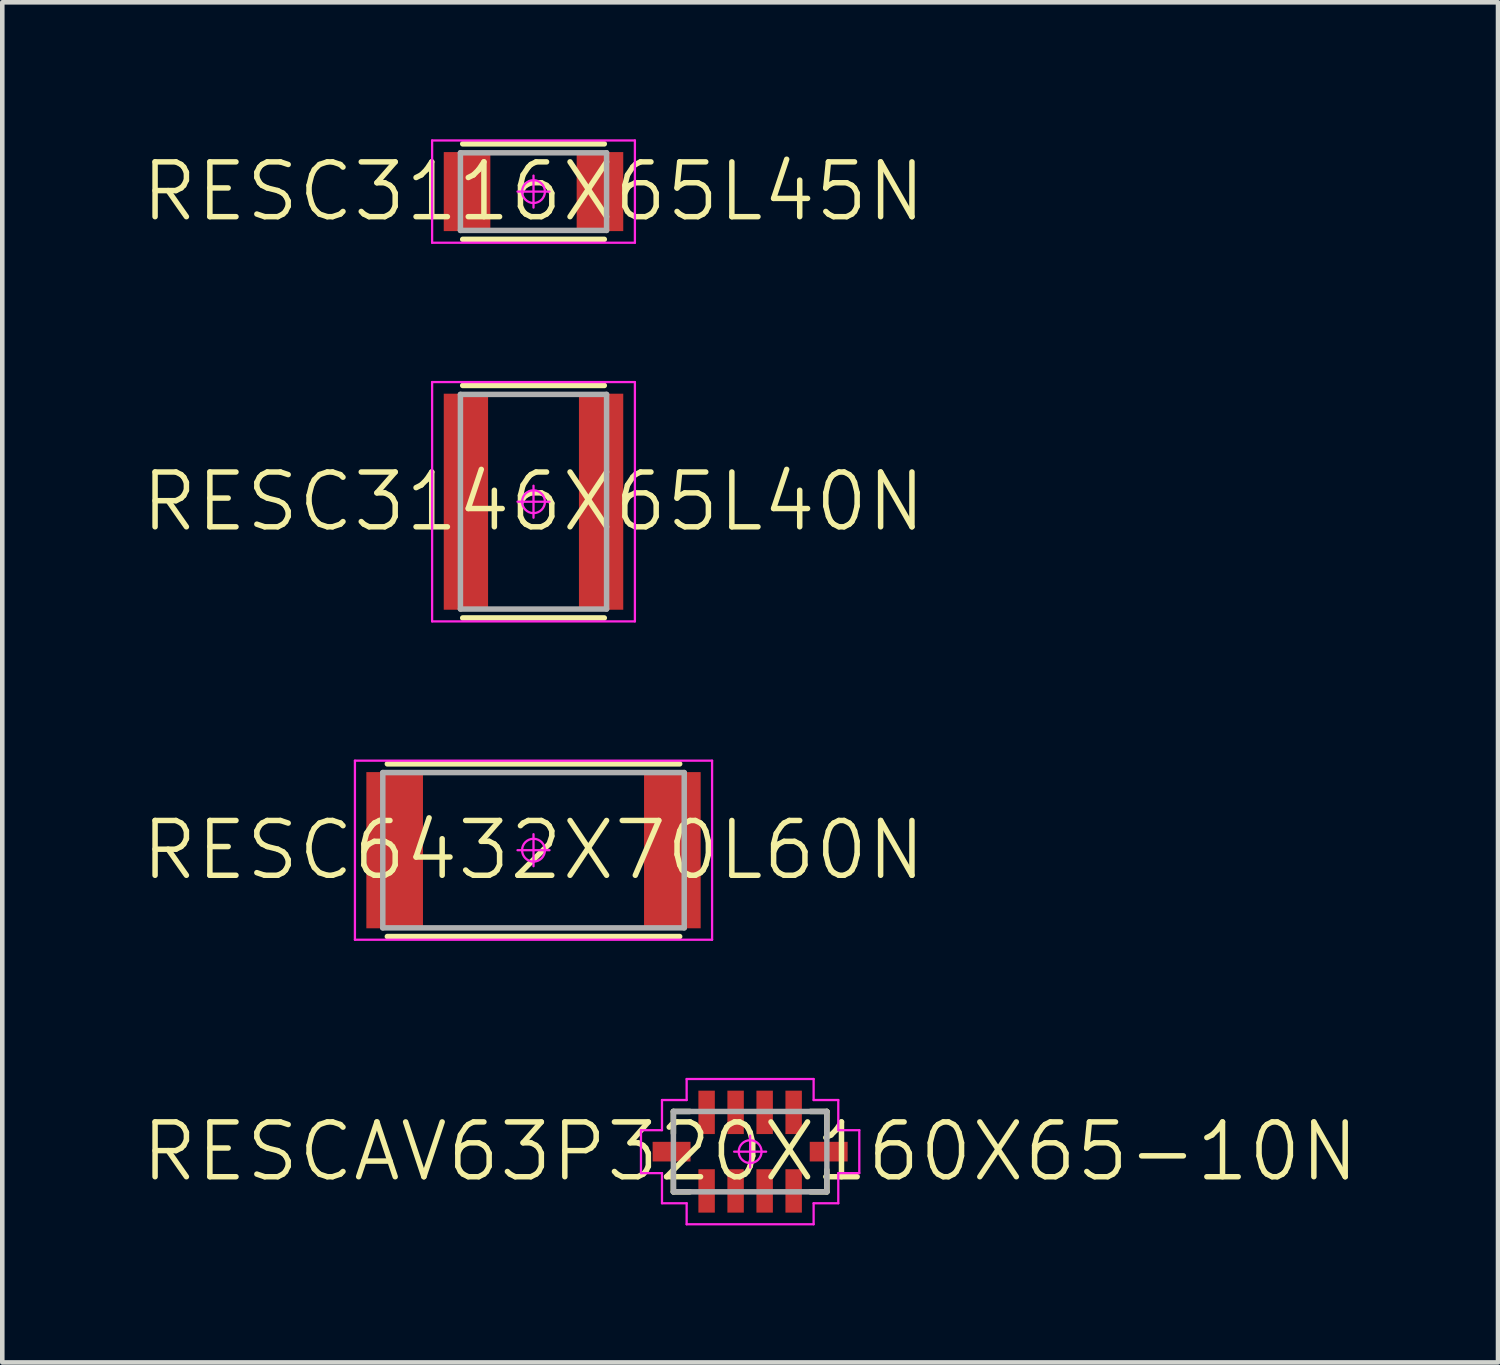
<source format=kicad_pcb>
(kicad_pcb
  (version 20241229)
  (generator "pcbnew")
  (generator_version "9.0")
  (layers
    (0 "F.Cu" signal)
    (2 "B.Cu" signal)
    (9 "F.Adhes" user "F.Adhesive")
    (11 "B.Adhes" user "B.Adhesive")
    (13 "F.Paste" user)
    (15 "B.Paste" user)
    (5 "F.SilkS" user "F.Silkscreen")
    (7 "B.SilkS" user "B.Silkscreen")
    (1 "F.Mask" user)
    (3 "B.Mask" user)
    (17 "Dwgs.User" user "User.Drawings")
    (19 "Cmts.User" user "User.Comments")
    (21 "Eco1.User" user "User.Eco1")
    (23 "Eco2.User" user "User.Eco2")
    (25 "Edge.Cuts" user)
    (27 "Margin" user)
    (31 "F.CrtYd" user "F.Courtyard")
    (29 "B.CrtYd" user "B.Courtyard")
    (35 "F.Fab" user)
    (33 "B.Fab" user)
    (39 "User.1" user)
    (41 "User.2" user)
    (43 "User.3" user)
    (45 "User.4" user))
  (footprint "RESC3116X65L45N"
    (layer "F.Cu")
    (at 8.631 1.145)
    (property "Reference" "RESC3116X65L45N" (at 0 0 0) (layer "F.SilkS") (effects (font (size 1.2 1.2) (thickness 0.12))))
    (attr smd)
    (fp_line (start 1.55 -1.045) (end -1.55 -1.045) (stroke (width 0.12) (type solid)) (layer "F.SilkS"))
    (fp_line (start 1.55 1.045) (end -1.55 1.045) (stroke (width 0.12) (type solid)) (layer "F.SilkS"))
    (fp_line (start -2.22 -1.12) (end 2.22 -1.12) (stroke (width 0.05) (type solid)) (layer "F.CrtYd"))
    (fp_line (start -2.22 1.12) (end -2.22 -1.12) (stroke (width 0.05) (type solid)) (layer "F.CrtYd"))
    (fp_line (start 0 -0.35) (end 0 0.35) (stroke (width 0.05) (type solid)) (layer "F.CrtYd"))
    (fp_line (start 0.35 0) (end -0.35 0) (stroke (width 0.05) (type solid)) (layer "F.CrtYd"))
    (fp_line (start 2.22 -1.12) (end 2.22 1.12) (stroke (width 0.05) (type solid)) (layer "F.CrtYd"))
    (fp_line (start 2.22 1.12) (end -2.22 1.12) (stroke (width 0.05) (type solid)) (layer "F.CrtYd"))
    (fp_circle (center 0 0) (end 0 0.25) (stroke (width 0.05) (type solid)) (fill no) (layer "F.CrtYd"))
    (fp_line (start -1.6 -0.85) (end 1.6 -0.85) (stroke (width 0.12) (type solid)) (layer "F.Fab"))
    (fp_line (start -1.6 0.85) (end -1.6 -0.85) (stroke (width 0.12) (type solid)) (layer "F.Fab"))
    (fp_line (start 1.6 -0.85) (end 1.6 0.85) (stroke (width 0.12) (type solid)) (layer "F.Fab"))
    (fp_line (start 1.6 0.85) (end -1.6 0.85) (stroke (width 0.12) (type solid)) (layer "F.Fab"))
    (pad "1" smd rect (at -1.455 0) (size 1.02 1.73) (layers "F.Cu" "F.Mask" "F.Paste"))
    (pad "2" smd rect (at 1.455 0) (size 1.02 1.73) (layers "F.Cu" "F.Mask" "F.Paste")))
  (footprint "RESC3146X65L40N"
    (layer "F.Cu")
    (at 8.631 7.935)
    (property "Reference" "RESC3146X65L40N" (at 0 0 0) (layer "F.SilkS") (effects (font (size 1.2 1.2) (thickness 0.12))))
    (attr smd)
    (fp_line (start 1.55 -2.545) (end -1.55 -2.545) (stroke (width 0.12) (type solid)) (layer "F.SilkS"))
    (fp_line (start 1.55 2.545) (end -1.55 2.545) (stroke (width 0.12) (type solid)) (layer "F.SilkS"))
    (fp_line (start -2.22 -2.62) (end 2.22 -2.62) (stroke (width 0.05) (type solid)) (layer "F.CrtYd"))
    (fp_line (start -2.22 2.62) (end -2.22 -2.62) (stroke (width 0.05) (type solid)) (layer "F.CrtYd"))
    (fp_line (start 0 -0.35) (end 0 0.35) (stroke (width 0.05) (type solid)) (layer "F.CrtYd"))
    (fp_line (start 0.35 0) (end -0.35 0) (stroke (width 0.05) (type solid)) (layer "F.CrtYd"))
    (fp_line (start 2.22 -2.62) (end 2.22 2.62) (stroke (width 0.05) (type solid)) (layer "F.CrtYd"))
    (fp_line (start 2.22 2.62) (end -2.22 2.62) (stroke (width 0.05) (type solid)) (layer "F.CrtYd"))
    (fp_circle (center 0 0) (end 0 0.25) (stroke (width 0.05) (type solid)) (fill no) (layer "F.CrtYd"))
    (fp_line (start -1.6 -2.35) (end 1.6 -2.35) (stroke (width 0.12) (type solid)) (layer "F.Fab"))
    (fp_line (start -1.6 2.35) (end -1.6 -2.35) (stroke (width 0.12) (type solid)) (layer "F.Fab"))
    (fp_line (start 1.6 -2.35) (end 1.6 2.35) (stroke (width 0.12) (type solid)) (layer "F.Fab"))
    (fp_line (start 1.6 2.35) (end -1.6 2.35) (stroke (width 0.12) (type solid)) (layer "F.Fab"))
    (pad "1" smd rect (at -1.48 0) (size 0.97 4.73) (layers "F.Cu" "F.Mask" "F.Paste"))
    (pad "2" smd rect (at 1.48 0) (size 0.97 4.73) (layers "F.Cu" "F.Mask" "F.Paste")))
  (footprint "RESC6432X70L60N"
    (layer "F.Cu")
    (at 8.631 15.565)
    (property "Reference" "RESC6432X70L60N" (at 0 0 0) (layer "F.SilkS") (effects (font (size 1.2 1.2) (thickness 0.12))))
    (attr smd)
    (fp_line (start 3.2 -1.89) (end -3.2 -1.89) (stroke (width 0.12) (type solid)) (layer "F.SilkS"))
    (fp_line (start 3.2 1.89) (end -3.2 1.89) (stroke (width 0.12) (type solid)) (layer "F.SilkS"))
    (fp_line (start -3.91 -1.96) (end 3.91 -1.96) (stroke (width 0.05) (type solid)) (layer "F.CrtYd"))
    (fp_line (start -3.91 1.96) (end -3.91 -1.96) (stroke (width 0.05) (type solid)) (layer "F.CrtYd"))
    (fp_line (start 0 -0.35) (end 0 0.35) (stroke (width 0.05) (type solid)) (layer "F.CrtYd"))
    (fp_line (start 0.35 0) (end -0.35 0) (stroke (width 0.05) (type solid)) (layer "F.CrtYd"))
    (fp_line (start 3.91 -1.96) (end 3.91 1.96) (stroke (width 0.05) (type solid)) (layer "F.CrtYd"))
    (fp_line (start 3.91 1.96) (end -3.91 1.96) (stroke (width 0.05) (type solid)) (layer "F.CrtYd"))
    (fp_circle (center 0 0) (end 0 0.25) (stroke (width 0.05) (type solid)) (fill no) (layer "F.CrtYd"))
    (fp_line (start -3.3 -1.7) (end 3.3 -1.7) (stroke (width 0.12) (type solid)) (layer "F.Fab"))
    (fp_line (start -3.3 1.7) (end -3.3 -1.7) (stroke (width 0.12) (type solid)) (layer "F.Fab"))
    (fp_line (start 3.3 -1.7) (end 3.3 1.7) (stroke (width 0.12) (type solid)) (layer "F.Fab"))
    (fp_line (start 3.3 1.7) (end -3.3 1.7) (stroke (width 0.12) (type solid)) (layer "F.Fab"))
    (pad "1" smd rect (at -3.04 0) (size 1.24 3.42) (layers "F.Cu" "F.Mask" "F.Paste"))
    (pad "2" smd rect (at 3.04 0) (size 1.24 3.42) (layers "F.Cu" "F.Mask" "F.Paste")))
  (footprint "RESCAV63P320X160X65-10N"
    (layer "F.Cu")
    (at 13.374 22.165)
    (property "Reference" "RESCAV63P320X160X65-10N" (at 0 0 0) (layer "F.SilkS") (effects (font (size 1.2 1.2) (thickness 0.12))))
    (attr smd)
    (fp_line (start -1.68 -0.88) (end -1.68 -0.4) (stroke (width 0.12) (type solid)) (layer "F.SilkS"))
    (fp_line (start -1.68 0.88) (end -1.68 0.4) (stroke (width 0.12) (type solid)) (layer "F.SilkS"))
    (fp_line (start -1.32 -0.88) (end -1.68 -0.88) (stroke (width 0.12) (type solid)) (layer "F.SilkS"))
    (fp_line (start -1.32 0.88) (end -1.68 0.88) (stroke (width 0.12) (type solid)) (layer "F.SilkS"))
    (fp_line (start 1.32 -0.88) (end 1.68 -0.88) (stroke (width 0.12) (type solid)) (layer "F.SilkS"))
    (fp_line (start 1.32 0.88) (end 1.68 0.88) (stroke (width 0.12) (type solid)) (layer "F.SilkS"))
    (fp_line (start 1.68 -0.88) (end 1.68 -0.4) (stroke (width 0.12) (type solid)) (layer "F.SilkS"))
    (fp_line (start 1.68 0.88) (end 1.68 0.4) (stroke (width 0.12) (type solid)) (layer "F.SilkS"))
    (fp_line (start -2.39 -0.47) (end -2.39 0.47) (stroke (width 0.05) (type solid)) (layer "F.CrtYd"))
    (fp_line (start -2.39 0.47) (end -1.93 0.47) (stroke (width 0.05) (type solid)) (layer "F.CrtYd"))
    (fp_line (start -1.93 -1.13) (end -1.93 -0.47) (stroke (width 0.05) (type solid)) (layer "F.CrtYd"))
    (fp_line (start -1.93 -0.47) (end -2.39 -0.47) (stroke (width 0.05) (type solid)) (layer "F.CrtYd"))
    (fp_line (start -1.93 0.47) (end -1.93 1.13) (stroke (width 0.05) (type solid)) (layer "F.CrtYd"))
    (fp_line (start -1.93 1.13) (end -1.39 1.13) (stroke (width 0.05) (type solid)) (layer "F.CrtYd"))
    (fp_line (start -1.39 -1.59) (end -1.39 -1.13) (stroke (width 0.05) (type solid)) (layer "F.CrtYd"))
    (fp_line (start -1.39 -1.13) (end -1.93 -1.13) (stroke (width 0.05) (type solid)) (layer "F.CrtYd"))
    (fp_line (start -1.39 1.13) (end -1.39 1.59) (stroke (width 0.05) (type solid)) (layer "F.CrtYd"))
    (fp_line (start -1.39 1.59) (end 1.39 1.59) (stroke (width 0.05) (type solid)) (layer "F.CrtYd"))
    (fp_line (start -0.35 0) (end 0.35 0) (stroke (width 0.05) (type solid)) (layer "F.CrtYd"))
    (fp_line (start 0 -0.35) (end 0 0.35) (stroke (width 0.05) (type solid)) (layer "F.CrtYd"))
    (fp_line (start 1.39 -1.59) (end -1.39 -1.59) (stroke (width 0.05) (type solid)) (layer "F.CrtYd"))
    (fp_line (start 1.39 -1.13) (end 1.39 -1.59) (stroke (width 0.05) (type solid)) (layer "F.CrtYd"))
    (fp_line (start 1.39 1.13) (end 1.93 1.13) (stroke (width 0.05) (type solid)) (layer "F.CrtYd"))
    (fp_line (start 1.39 1.59) (end 1.39 1.13) (stroke (width 0.05) (type solid)) (layer "F.CrtYd"))
    (fp_line (start 1.93 -1.13) (end 1.39 -1.13) (stroke (width 0.05) (type solid)) (layer "F.CrtYd"))
    (fp_line (start 1.93 -0.47) (end 1.93 -1.13) (stroke (width 0.05) (type solid)) (layer "F.CrtYd"))
    (fp_line (start 1.93 0.47) (end 2.39 0.47) (stroke (width 0.05) (type solid)) (layer "F.CrtYd"))
    (fp_line (start 1.93 1.13) (end 1.93 0.47) (stroke (width 0.05) (type solid)) (layer "F.CrtYd"))
    (fp_line (start 2.39 -0.47) (end 1.93 -0.47) (stroke (width 0.05) (type solid)) (layer "F.CrtYd"))
    (fp_line (start 2.39 0.47) (end 2.39 -0.47) (stroke (width 0.05) (type solid)) (layer "F.CrtYd"))
    (fp_circle (center 0 0) (end 0 0.25) (stroke (width 0.05) (type solid)) (fill no) (layer "F.CrtYd"))
    (fp_line (start -1.68 -0.88) (end 1.68 -0.88) (stroke (width 0.12) (type solid)) (layer "F.Fab"))
    (fp_line (start -1.68 0.88) (end -1.68 -0.88) (stroke (width 0.12) (type solid)) (layer "F.Fab"))
    (fp_line (start 1.68 -0.88) (end 1.68 0.88) (stroke (width 0.12) (type solid)) (layer "F.Fab"))
    (fp_line (start 1.68 0.88) (end -1.68 0.88) (stroke (width 0.12) (type solid)) (layer "F.Fab"))
    (pad "1" smd rect (at -1.72 0) (size 0.83 0.43) (layers "F.Cu" "F.Mask" "F.Paste"))
    (pad "2" smd rect (at -0.953 0.86 90) (size 0.95 0.36) (layers "F.Cu" "F.Mask" "F.Paste"))
    (pad "3" smd rect (at -0.318 0.86 90) (size 0.95 0.36) (layers "F.Cu" "F.Mask" "F.Paste"))
    (pad "4" smd rect (at 0.318 0.86 90) (size 0.95 0.36) (layers "F.Cu" "F.Mask" "F.Paste"))
    (pad "5" smd rect (at 0.953 0.86 90) (size 0.95 0.36) (layers "F.Cu" "F.Mask" "F.Paste"))
    (pad "6" smd rect (at 1.72 0) (size 0.83 0.43) (layers "F.Cu" "F.Mask" "F.Paste"))
    (pad "7" smd rect (at 0.953 -0.86 90) (size 0.95 0.36) (layers "F.Cu" "F.Mask" "F.Paste"))
    (pad "8" smd rect (at 0.318 -0.86 90) (size 0.95 0.36) (layers "F.Cu" "F.Mask" "F.Paste"))
    (pad "9" smd rect (at -0.318 -0.86 90) (size 0.95 0.36) (layers "F.Cu" "F.Mask" "F.Paste"))
    (pad "10" smd rect (at -0.953 -0.86 90) (size 0.95 0.36) (layers "F.Cu" "F.Mask" "F.Paste")))
  (gr_rect
    (start -3 -3)
    (end 29.749 26.78)
    (stroke (width 0.1) (type default))
    (fill no)
    (layer "Edge.Cuts")))
</source>
